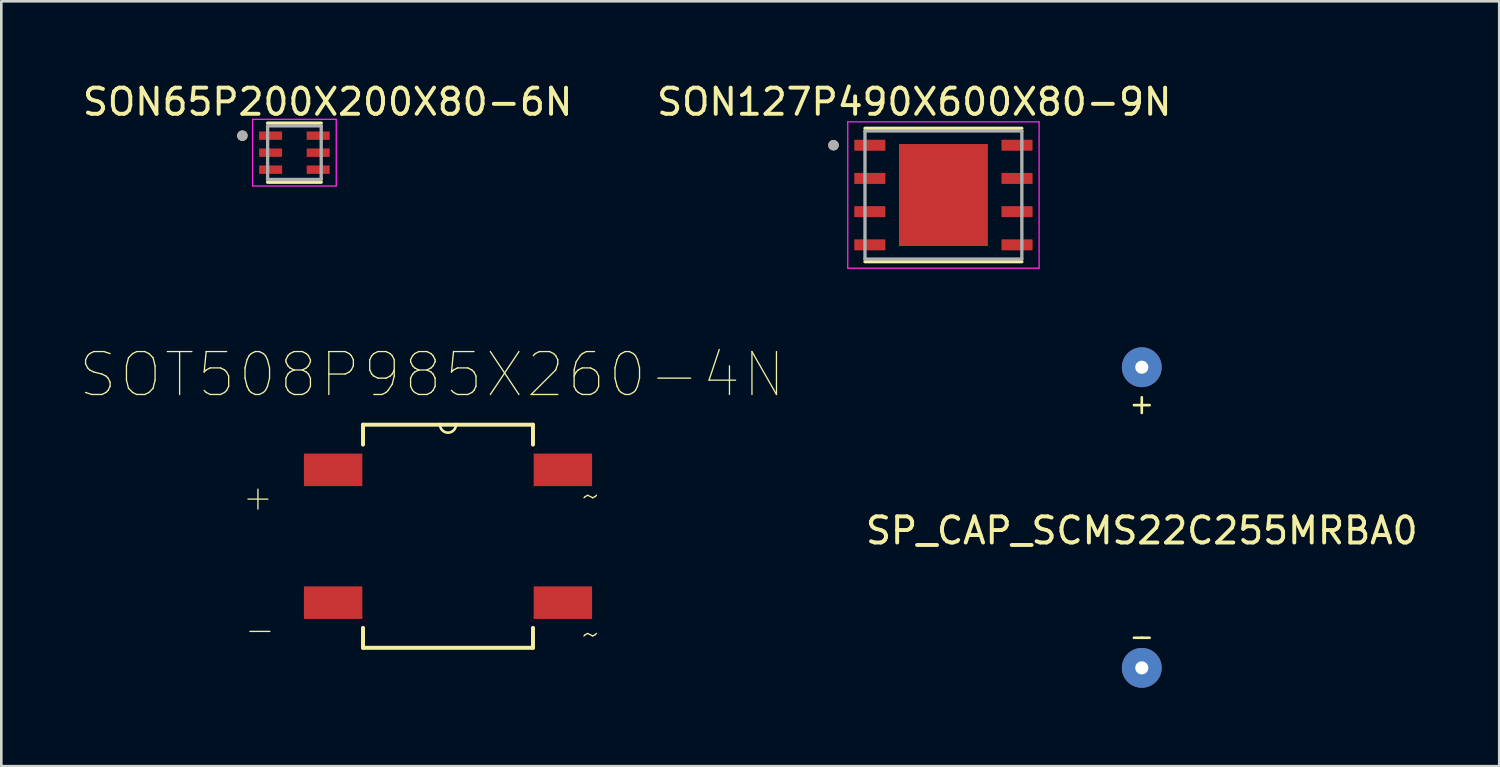
<source format=kicad_pcb>
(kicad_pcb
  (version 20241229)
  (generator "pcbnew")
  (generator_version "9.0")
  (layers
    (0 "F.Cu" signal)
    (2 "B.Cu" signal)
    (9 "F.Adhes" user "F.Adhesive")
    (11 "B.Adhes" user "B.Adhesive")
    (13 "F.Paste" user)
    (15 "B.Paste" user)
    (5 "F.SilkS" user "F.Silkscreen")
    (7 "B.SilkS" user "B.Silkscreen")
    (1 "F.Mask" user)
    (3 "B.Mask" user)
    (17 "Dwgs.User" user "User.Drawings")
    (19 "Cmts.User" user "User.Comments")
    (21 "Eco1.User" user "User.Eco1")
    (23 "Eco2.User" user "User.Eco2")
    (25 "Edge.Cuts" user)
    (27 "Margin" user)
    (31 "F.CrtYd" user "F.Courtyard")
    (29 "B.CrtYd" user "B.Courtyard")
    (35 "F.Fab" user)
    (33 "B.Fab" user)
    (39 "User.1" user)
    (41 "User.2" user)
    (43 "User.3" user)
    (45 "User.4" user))
  (footprint "SON127P490X600X80-9N"
    (layer "F.Cu")
    (at 33.038 4.41)
    (property "Reference" "SON127P490X600X80-9N" (at -1.115 -3.562 0) (layer "F.SilkS") (effects (font (size 1 1) (thickness 0.15))))
    (attr through_hole)
    (fp_line (start -3 -2.55) (end 3 -2.55) (stroke (width 0.127) (type solid)) (layer "F.SilkS"))
    (fp_line (start -3 2.55) (end 3 2.55) (stroke (width 0.127) (type solid)) (layer "F.SilkS"))
    (fp_circle (center -4.205 -1.905) (end -4.105 -1.905) (stroke (width 0.2) (type solid)) (fill no) (layer "F.SilkS"))
    (fp_poly (pts (xy -1.08 -1.23) (xy 1.08 -1.23) (xy 1.08 1.23) (xy -1.08 1.23)) (stroke (width 0.01) (type solid)) (fill yes) (layer "F.Paste"))
    (fp_line (start -3.66 -2.8) (end -3.66 2.8) (stroke (width 0.05) (type solid)) (layer "F.CrtYd"))
    (fp_line (start -3.66 -2.8) (end 3.66 -2.8) (stroke (width 0.05) (type solid)) (layer "F.CrtYd"))
    (fp_line (start -3.66 2.8) (end 3.66 2.8) (stroke (width 0.05) (type solid)) (layer "F.CrtYd"))
    (fp_line (start 3.66 -2.8) (end 3.66 2.8) (stroke (width 0.05) (type solid)) (layer "F.CrtYd"))
    (fp_line (start -3 -2.45) (end -3 2.45) (stroke (width 0.127) (type solid)) (layer "F.Fab"))
    (fp_line (start -3 -2.45) (end 3 -2.45) (stroke (width 0.127) (type solid)) (layer "F.Fab"))
    (fp_line (start -3 2.45) (end 3 2.45) (stroke (width 0.127) (type solid)) (layer "F.Fab"))
    (fp_line (start 3 -2.45) (end 3 2.45) (stroke (width 0.127) (type solid)) (layer "F.Fab"))
    (fp_circle (center -4.205 -1.905) (end -4.105 -1.905) (stroke (width 0.2) (type solid)) (fill no) (layer "F.Fab"))
    (pad "1" smd roundrect (at -2.815 -1.905) (size 1.19 0.42) (layers "F.Cu" "F.Mask" "F.Paste") (roundrect_rratio 0.05))
    (pad "2" smd roundrect (at -2.815 -0.635) (size 1.19 0.42) (layers "F.Cu" "F.Mask" "F.Paste") (roundrect_rratio 0.05))
    (pad "3" smd roundrect (at -2.815 0.635) (size 1.19 0.42) (layers "F.Cu" "F.Mask" "F.Paste") (roundrect_rratio 0.05))
    (pad "4" smd roundrect (at -2.815 1.905) (size 1.19 0.42) (layers "F.Cu" "F.Mask" "F.Paste") (roundrect_rratio 0.05))
    (pad "5" smd roundrect (at 2.815 1.905) (size 1.19 0.42) (layers "F.Cu" "F.Mask" "F.Paste") (roundrect_rratio 0.05))
    (pad "6" smd roundrect (at 2.815 0.635) (size 1.19 0.42) (layers "F.Cu" "F.Mask" "F.Paste") (roundrect_rratio 0.05))
    (pad "7" smd roundrect (at 2.815 -0.635) (size 1.19 0.42) (layers "F.Cu" "F.Mask" "F.Paste") (roundrect_rratio 0.05))
    (pad "8" smd roundrect (at 2.815 -1.905) (size 1.19 0.42) (layers "F.Cu" "F.Mask" "F.Paste") (roundrect_rratio 0.05))
    (pad "9" smd rect (at 0 0) (size 3.4 3.9) (layers "F.Cu" "F.Mask")))
  (footprint "SP_CAP_SCMS22C255MRBA0"
    (layer "F.Cu")
    (at 40.626 16.747)
    (property "Reference" "SP_CAP_SCMS22C255MRBA0" (at 0 0.5 0) (layer "F.SilkS") (effects (font (size 1 1) (thickness 0.15))))
    (attr through_hole)
    (fp_line (start -0.3 -4.3) (end 0 -4.3) (stroke (width 0.1) (type solid)) (layer "F.SilkS"))
    (fp_line (start -0.3 4.6) (end 0 4.6) (stroke (width 0.1) (type solid)) (layer "F.SilkS"))
    (fp_line (start 0 -4.3) (end 0 -4.6) (stroke (width 0.1) (type solid)) (layer "F.SilkS"))
    (fp_line (start 0 -4.3) (end 0.3 -4.3) (stroke (width 0.1) (type solid)) (layer "F.SilkS"))
    (fp_line (start 0 -4) (end 0 -4.3) (stroke (width 0.1) (type solid)) (layer "F.SilkS"))
    (fp_line (start 0 4.6) (end 0.3 4.6) (stroke (width 0.1) (type solid)) (layer "F.SilkS"))
    (pad "1" thru_hole circle (at 0 -5.75) (size 1.524 1.524) (drill 0.5) (layers "*.Cu" "*.Mask"))
    (pad "2" thru_hole circle (at 0 5.75) (size 1.524 1.524) (drill 0.5) (layers "*.Cu" "*.Mask")))
  (footprint "SON65P200X200X80-6N"
    (layer "F.Cu")
    (at 8.212 2.79)
    (property "Reference" "SON65P200X200X80-6N" (at 1.27 -1.942 0) (layer "F.SilkS") (effects (font (size 1 1) (thickness 0.15))))
    (attr through_hole)
    (fp_line (start -1.025 -1.13) (end 1.025 -1.13) (stroke (width 0.127) (type solid)) (layer "F.SilkS"))
    (fp_line (start -1.025 1.13) (end 1.025 1.13) (stroke (width 0.127) (type solid)) (layer "F.SilkS"))
    (fp_circle (center -1.99 -0.65) (end -1.89 -0.65) (stroke (width 0.2) (type solid)) (fill no) (layer "F.SilkS"))
    (fp_line (start -1.6 -1.275) (end -1.6 1.275) (stroke (width 0.05) (type solid)) (layer "F.CrtYd"))
    (fp_line (start -1.6 -1.275) (end 1.6 -1.275) (stroke (width 0.05) (type solid)) (layer "F.CrtYd"))
    (fp_line (start -1.6 1.275) (end 1.6 1.275) (stroke (width 0.05) (type solid)) (layer "F.CrtYd"))
    (fp_line (start 1.6 -1.275) (end 1.6 1.275) (stroke (width 0.05) (type solid)) (layer "F.CrtYd"))
    (fp_line (start -1.025 -1.025) (end -1.025 1.025) (stroke (width 0.127) (type solid)) (layer "F.Fab"))
    (fp_line (start -1.025 -1.025) (end 1.025 -1.025) (stroke (width 0.127) (type solid)) (layer "F.Fab"))
    (fp_line (start -1.025 1.025) (end 1.025 1.025) (stroke (width 0.127) (type solid)) (layer "F.Fab"))
    (fp_line (start 1.025 -1.025) (end 1.025 1.025) (stroke (width 0.127) (type solid)) (layer "F.Fab"))
    (fp_circle (center -1.99 -0.65) (end -1.89 -0.65) (stroke (width 0.2) (type solid)) (fill no) (layer "F.Fab"))
    (pad "1" smd roundrect (at -0.91 -0.65) (size 0.88 0.32) (layers "F.Cu" "F.Mask" "F.Paste") (roundrect_rratio 0.04))
    (pad "2" smd roundrect (at -0.91 0) (size 0.88 0.32) (layers "F.Cu" "F.Mask" "F.Paste") (roundrect_rratio 0.04))
    (pad "3" smd roundrect (at -0.91 0.65) (size 0.88 0.32) (layers "F.Cu" "F.Mask" "F.Paste") (roundrect_rratio 0.04))
    (pad "4" smd roundrect (at 0.91 0.65) (size 0.88 0.32) (layers "F.Cu" "F.Mask" "F.Paste") (roundrect_rratio 0.04))
    (pad "5" smd roundrect (at 0.91 0) (size 0.88 0.32) (layers "F.Cu" "F.Mask" "F.Paste") (roundrect_rratio 0.04))
    (pad "6" smd roundrect (at 0.91 -0.65) (size 0.88 0.32) (layers "F.Cu" "F.Mask" "F.Paste") (roundrect_rratio 0.04)))
  (footprint "SOT508P985X260-4N"
    (layer "F.Cu")
    (at 14.087 17.463)
    (property "Reference" "SOT508P985X260-4N" (at -0.61 -6.18 0) (layer "F.SilkS") (effects (font (size 1.642 1.642) (thickness 0.05))))
    (attr smd)
    (fp_line (start -3.251 -4.267) (end -3.251 -3.505) (stroke (width 0.152) (type solid)) (layer "F.SilkS"))
    (fp_line (start -3.251 3.505) (end -3.251 4.267) (stroke (width 0.152) (type solid)) (layer "F.SilkS"))
    (fp_line (start -3.251 4.267) (end 3.251 4.267) (stroke (width 0.152) (type solid)) (layer "F.SilkS"))
    (fp_line (start -0.305 -4.267) (end -3.251 -4.267) (stroke (width 0.152) (type solid)) (layer "F.SilkS"))
    (fp_line (start 0.305 -4.267) (end -0.305 -4.267) (stroke (width 0.152) (type solid)) (layer "F.SilkS"))
    (fp_line (start 3.251 -4.267) (end 0.305 -4.267) (stroke (width 0.152) (type solid)) (layer "F.SilkS"))
    (fp_line (start 3.251 -3.505) (end 3.251 -4.267) (stroke (width 0.152) (type solid)) (layer "F.SilkS"))
    (fp_line (start 3.251 4.267) (end 3.251 3.505) (stroke (width 0.152) (type solid)) (layer "F.SilkS"))
    (fp_arc (start 0.3048 -4.2672) (mid 0 -3.9624) (end -0.3048 -4.2672) (stroke (width 0.1) (type solid)) (layer "F.SilkS"))
    (fp_line (start -5.156 -3.15) (end -5.156 -1.93) (stroke (width 0.152) (type solid)) (layer "Eco2.User"))
    (fp_line (start -5.156 -1.93) (end -3.251 -1.93) (stroke (width 0.152) (type solid)) (layer "Eco2.User"))
    (fp_line (start -5.156 1.93) (end -5.156 3.15) (stroke (width 0.152) (type solid)) (layer "Eco2.User"))
    (fp_line (start -5.156 3.15) (end -3.251 3.15) (stroke (width 0.152) (type solid)) (layer "Eco2.User"))
    (fp_line (start -3.251 -4.267) (end -3.251 4.267) (stroke (width 0.152) (type solid)) (layer "Eco2.User"))
    (fp_line (start -3.251 -3.15) (end -5.156 -3.15) (stroke (width 0.152) (type solid)) (layer "Eco2.User"))
    (fp_line (start -3.251 -1.93) (end -3.251 -3.15) (stroke (width 0.152) (type solid)) (layer "Eco2.User"))
    (fp_line (start -3.251 1.93) (end -5.156 1.93) (stroke (width 0.152) (type solid)) (layer "Eco2.User"))
    (fp_line (start -3.251 3.15) (end -3.251 1.93) (stroke (width 0.152) (type solid)) (layer "Eco2.User"))
    (fp_line (start -3.251 4.267) (end 3.251 4.267) (stroke (width 0.152) (type solid)) (layer "Eco2.User"))
    (fp_line (start -0.305 -4.267) (end -3.251 -4.267) (stroke (width 0.152) (type solid)) (layer "Eco2.User"))
    (fp_line (start 0.305 -4.267) (end -0.305 -4.267) (stroke (width 0.152) (type solid)) (layer "Eco2.User"))
    (fp_line (start 3.251 -4.267) (end 0.305 -4.267) (stroke (width 0.152) (type solid)) (layer "Eco2.User"))
    (fp_line (start 3.251 -3.15) (end 3.251 -1.93) (stroke (width 0.152) (type solid)) (layer "Eco2.User"))
    (fp_line (start 3.251 -1.93) (end 5.156 -1.93) (stroke (width 0.152) (type solid)) (layer "Eco2.User"))
    (fp_line (start 3.251 1.93) (end 3.251 3.15) (stroke (width 0.152) (type solid)) (layer "Eco2.User"))
    (fp_line (start 3.251 3.15) (end 5.156 3.15) (stroke (width 0.152) (type solid)) (layer "Eco2.User"))
    (fp_line (start 3.251 4.267) (end 3.251 -4.267) (stroke (width 0.152) (type solid)) (layer "Eco2.User"))
    (fp_line (start 5.156 -3.15) (end 3.251 -3.15) (stroke (width 0.152) (type solid)) (layer "Eco2.User"))
    (fp_line (start 5.156 -1.93) (end 5.156 -3.15) (stroke (width 0.152) (type solid)) (layer "Eco2.User"))
    (fp_line (start 5.156 1.93) (end 3.251 1.93) (stroke (width 0.152) (type solid)) (layer "Eco2.User"))
    (fp_line (start 5.156 3.15) (end 5.156 1.93) (stroke (width 0.152) (type solid)) (layer "Eco2.User"))
    (fp_arc (start 0.3048 -4.2672) (mid 0 -3.9624) (end -0.3048 -4.2672) (stroke (width 0.1) (type solid)) (layer "Eco2.User"))
    (fp_text user "~" (at 5.462 3.734 0) (layer "F.SilkS") (effects (font (size 1 1) (thickness 0.05))))
    (fp_text user "+" (at -7.271 -1.5 0) (layer "F.SilkS") (effects (font (size 1 1) (thickness 0.05))))
    (fp_text user "~" (at 5.465 -1.551 0) (layer "F.SilkS") (effects (font (size 1 1) (thickness 0.05))))
    (fp_text user "-" (at -7.196 3.56 0) (layer "F.SilkS") (effects (font (size 1 1) (thickness 0.05))))
    (fp_text user "-" (at -7.192 3.583 0) (layer "Edge.Cuts") (effects (font (size 1 1) (thickness 0.05))))
    (fp_text user "+" (at -7.265 -1.448 0) (layer "Edge.Cuts") (effects (font (size 1 1) (thickness 0.05))))
    (fp_text user "~" (at 5.461 -1.6 0) (layer "Edge.Cuts") (effects (font (size 1 1) (thickness 0.05))))
    (fp_text user "~" (at 5.47 3.765 0) (layer "Edge.Cuts") (effects (font (size 1 1) (thickness 0.05))))
    (pad "1" smd rect (at -4.394 -2.54) (size 2.235 1.245) (layers "F.Cu" "F.Mask" "F.Paste"))
    (pad "2" smd rect (at -4.394 2.54) (size 2.235 1.245) (layers "F.Cu" "F.Mask" "F.Paste"))
    (pad "3" smd rect (at 4.394 2.54) (size 2.235 1.245) (layers "F.Cu" "F.Mask" "F.Paste"))
    (pad "4" smd rect (at 4.394 -2.54) (size 2.235 1.245) (layers "F.Cu" "F.Mask" "F.Paste")))
  (gr_rect
    (start -3 -3)
    (end 54.299 26.259)
    (stroke (width 0.1) (type default))
    (fill no)
    (layer "Edge.Cuts")))
</source>
